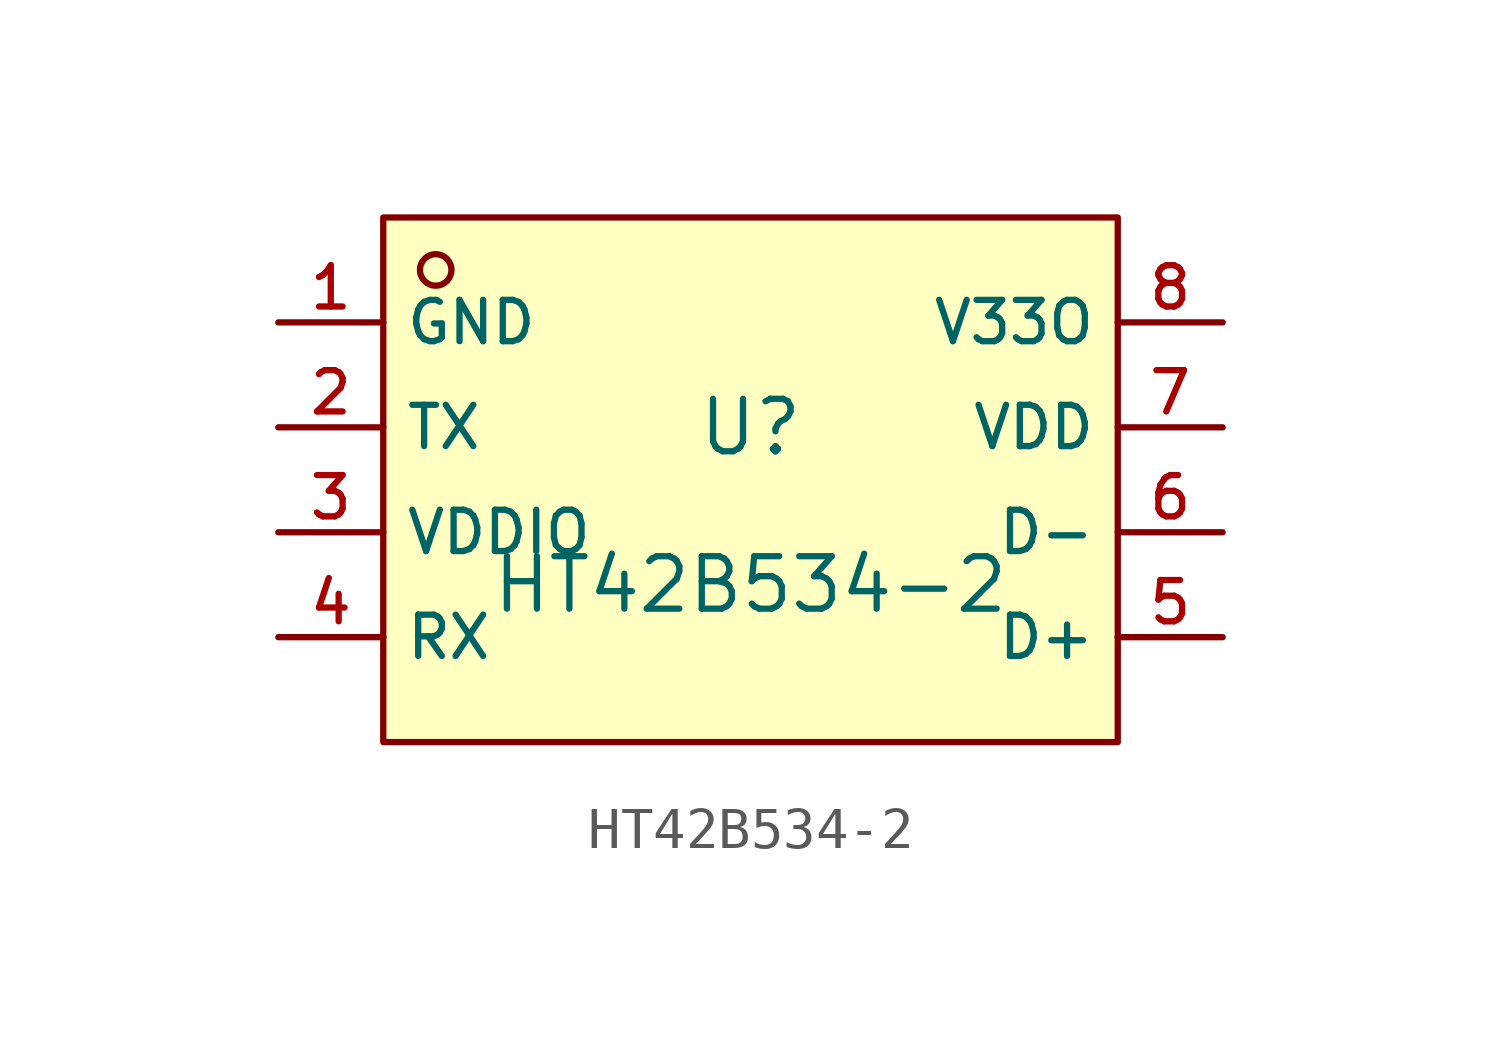
<source format=kicad_sym>
(kicad_symbol_lib
  (version 20210201)
  (generator TousstNicolas/JLC2KiCad_lib)
  (symbol "HT42B534-2"
    (property "Reference" "U"
      (at 0 1.27 0)
      (effects (font (size 1.27 1.27))))
    (property "Value" "HT42B534-2"
      (at 0 -2.54 0)
      (effects (font (size 1.27 1.27))))
    (symbol "HT42B534-2_0_1"
      (rectangle (start -8.89 6.35) (end 8.89 -6.35) (stroke (width 0) (type default) (color 0 0 0 0)) (fill (type background)))
      (circle (center -7.62 5.08) (radius 0.381) (stroke (width 0) (type default) (color 0 0 0 0)) (fill (type background)))
      (pin unspecified line (at -11.43 3.81 0) (length 2.54) (name "GND" (effects (font (size 1 1)))) (number "1" (effects (font (size 1 1)))))
      (pin unspecified line (at -11.43 1.27 0) (length 2.54) (name "TX" (effects (font (size 1 1)))) (number "2" (effects (font (size 1 1)))))
      (pin unspecified line (at -11.43 -1.27 0) (length 2.54) (name "VDDIO" (effects (font (size 1 1)))) (number "3" (effects (font (size 1 1)))))
      (pin unspecified line (at -11.43 -3.81 0) (length 2.54) (name "RX" (effects (font (size 1 1)))) (number "4" (effects (font (size 1 1)))))
      (pin unspecified line (at 11.43 -3.81 180) (length 2.54) (name "D+" (effects (font (size 1 1)))) (number "5" (effects (font (size 1 1)))))
      (pin unspecified line (at 11.43 -1.27 180) (length 2.54) (name "D-" (effects (font (size 1 1)))) (number "6" (effects (font (size 1 1)))))
      (pin unspecified line (at 11.43 1.27 180) (length 2.54) (name "VDD" (effects (font (size 1 1)))) (number "7" (effects (font (size 1 1)))))
      (pin unspecified line (at 11.43 3.81 180) (length 2.54) (name "V33O" (effects (font (size 1 1)))) (number "8" (effects (font (size 1 1))))))))
</source>
